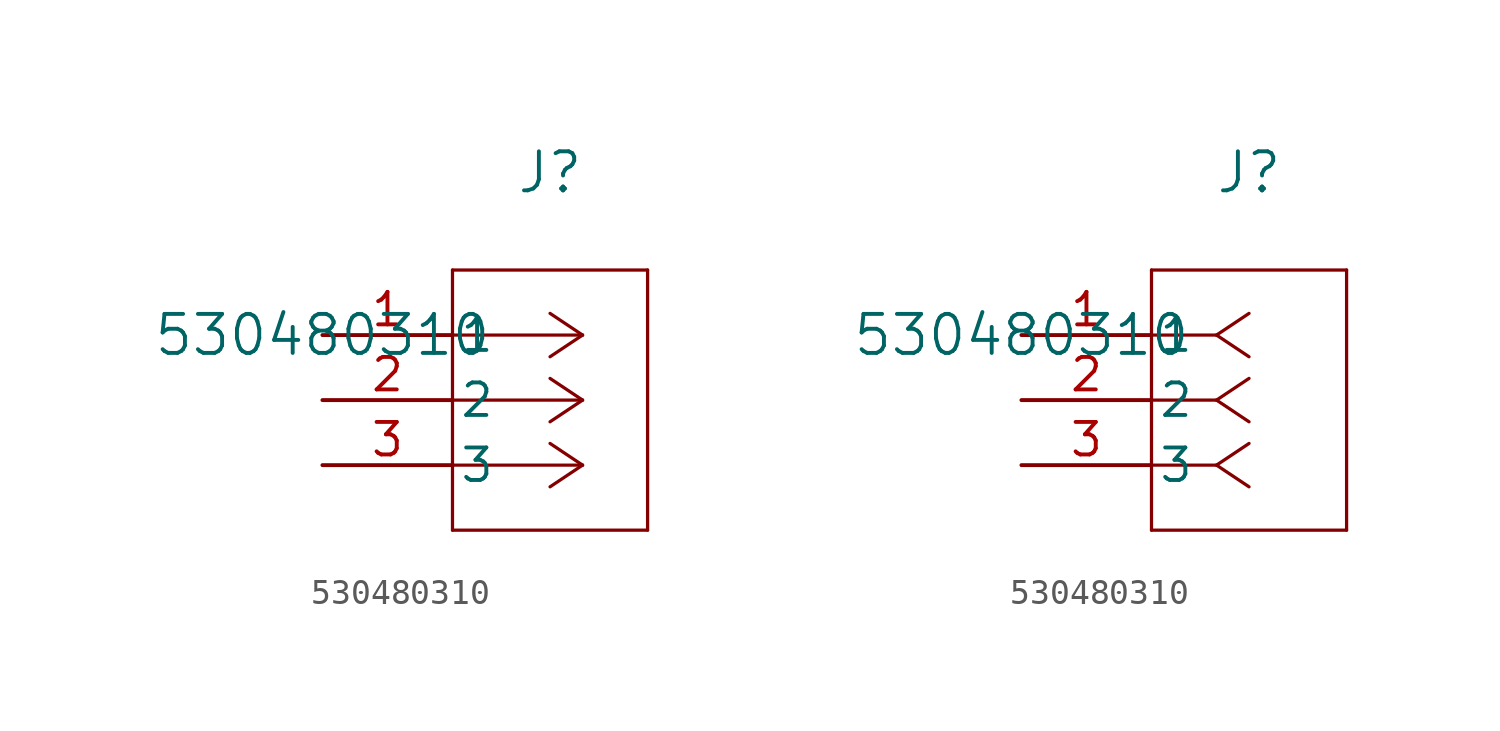
<source format=kicad_sym>
(kicad_symbol_lib
  (version 20211014)
  (generator kicad_symbol_editor)
  (symbol "530480310"
    (pin_names
      (offset 0.254))
    (property "Reference" "J"
      (at 8.89 6.35 0)
      (effects (font (size 1.524 1.524))))
    (property "Value" "530480310"
      (at 0 0 0)
      (effects (font (size 1.524 1.524))))
    (symbol "530480310_1_1"
      (polyline (pts (xy 10.16 0) (xy 5.08 0)) (stroke (width 0.127) (type default) (color 0 0 0 0)) (fill (type none)))
      (polyline (pts (xy 10.16 -2.54) (xy 5.08 -2.54)) (stroke (width 0.127) (type default) (color 0 0 0 0)) (fill (type none)))
      (polyline (pts (xy 10.16 -5.08) (xy 5.08 -5.08)) (stroke (width 0.127) (type default) (color 0 0 0 0)) (fill (type none)))
      (polyline (pts (xy 10.16 0) (xy 8.89 0.847)) (stroke (width 0.127) (type default) (color 0 0 0 0)) (fill (type none)))
      (polyline (pts (xy 10.16 -2.54) (xy 8.89 -1.693)) (stroke (width 0.127) (type default) (color 0 0 0 0)) (fill (type none)))
      (polyline (pts (xy 10.16 -5.08) (xy 8.89 -4.233)) (stroke (width 0.127) (type default) (color 0 0 0 0)) (fill (type none)))
      (polyline (pts (xy 10.16 0) (xy 8.89 -0.847)) (stroke (width 0.127) (type default) (color 0 0 0 0)) (fill (type none)))
      (polyline (pts (xy 10.16 -2.54) (xy 8.89 -3.387)) (stroke (width 0.127) (type default) (color 0 0 0 0)) (fill (type none)))
      (polyline (pts (xy 10.16 -5.08) (xy 8.89 -5.927)) (stroke (width 0.127) (type default) (color 0 0 0 0)) (fill (type none)))
      (polyline (pts (xy 5.08 2.54) (xy 5.08 -7.62)) (stroke (width 0.127) (type default) (color 0 0 0 0)) (fill (type none)))
      (polyline (pts (xy 5.08 -7.62) (xy 12.7 -7.62)) (stroke (width 0.127) (type default) (color 0 0 0 0)) (fill (type none)))
      (polyline (pts (xy 12.7 -7.62) (xy 12.7 2.54)) (stroke (width 0.127) (type default) (color 0 0 0 0)) (fill (type none)))
      (polyline (pts (xy 12.7 2.54) (xy 5.08 2.54)) (stroke (width 0.127) (type default) (color 0 0 0 0)) (fill (type none)))
      (pin unspecified line (at 0 0 0) (length 5.08) (name "1" (effects (font (size 1.27 1.27)))) (number "1" (effects (font (size 1.27 1.27)))))
      (pin unspecified line (at 0 -2.54 0) (length 5.08) (name "2" (effects (font (size 1.27 1.27)))) (number "2" (effects (font (size 1.27 1.27)))))
      (pin unspecified line (at 0 -5.08 0) (length 5.08) (name "3" (effects (font (size 1.27 1.27)))) (number "3" (effects (font (size 1.27 1.27))))))
    (symbol "530480310_1_2"
      (polyline (pts (xy 7.62 0) (xy 5.08 0)) (stroke (width 0.127) (type default) (color 0 0 0 0)) (fill (type none)))
      (polyline (pts (xy 7.62 -2.54) (xy 5.08 -2.54)) (stroke (width 0.127) (type default) (color 0 0 0 0)) (fill (type none)))
      (polyline (pts (xy 7.62 -5.08) (xy 5.08 -5.08)) (stroke (width 0.127) (type default) (color 0 0 0 0)) (fill (type none)))
      (polyline (pts (xy 7.62 0) (xy 8.89 0.847)) (stroke (width 0.127) (type default) (color 0 0 0 0)) (fill (type none)))
      (polyline (pts (xy 7.62 -2.54) (xy 8.89 -1.693)) (stroke (width 0.127) (type default) (color 0 0 0 0)) (fill (type none)))
      (polyline (pts (xy 7.62 -5.08) (xy 8.89 -4.233)) (stroke (width 0.127) (type default) (color 0 0 0 0)) (fill (type none)))
      (polyline (pts (xy 7.62 0) (xy 8.89 -0.847)) (stroke (width 0.127) (type default) (color 0 0 0 0)) (fill (type none)))
      (polyline (pts (xy 7.62 -2.54) (xy 8.89 -3.387)) (stroke (width 0.127) (type default) (color 0 0 0 0)) (fill (type none)))
      (polyline (pts (xy 7.62 -5.08) (xy 8.89 -5.927)) (stroke (width 0.127) (type default) (color 0 0 0 0)) (fill (type none)))
      (polyline (pts (xy 5.08 2.54) (xy 5.08 -7.62)) (stroke (width 0.127) (type default) (color 0 0 0 0)) (fill (type none)))
      (polyline (pts (xy 5.08 -7.62) (xy 12.7 -7.62)) (stroke (width 0.127) (type default) (color 0 0 0 0)) (fill (type none)))
      (polyline (pts (xy 12.7 -7.62) (xy 12.7 2.54)) (stroke (width 0.127) (type default) (color 0 0 0 0)) (fill (type none)))
      (polyline (pts (xy 12.7 2.54) (xy 5.08 2.54)) (stroke (width 0.127) (type default) (color 0 0 0 0)) (fill (type none)))
      (pin unspecified line (at 0 0 0) (length 5.08) (name "1" (effects (font (size 1.27 1.27)))) (number "1" (effects (font (size 1.27 1.27)))))
      (pin unspecified line (at 0 -2.54 0) (length 5.08) (name "2" (effects (font (size 1.27 1.27)))) (number "2" (effects (font (size 1.27 1.27)))))
      (pin unspecified line (at 0 -5.08 0) (length 5.08) (name "3" (effects (font (size 1.27 1.27)))) (number "3" (effects (font (size 1.27 1.27))))))))
</source>
